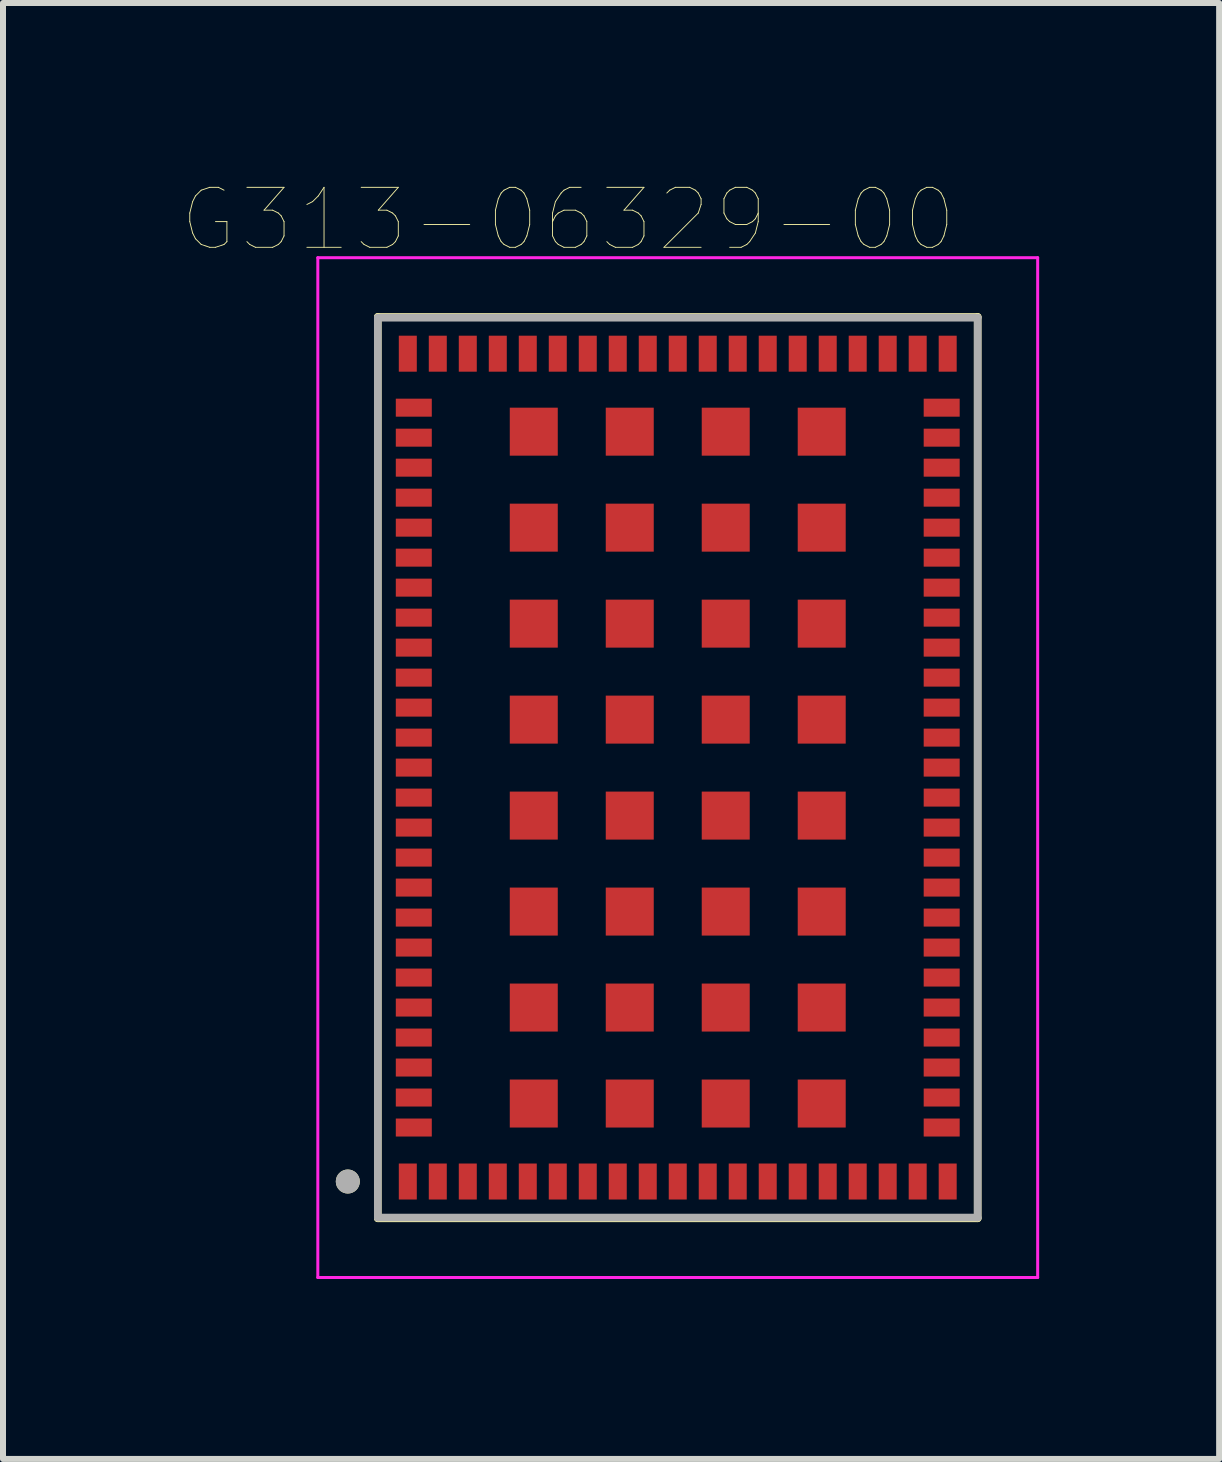
<source format=kicad_pcb>
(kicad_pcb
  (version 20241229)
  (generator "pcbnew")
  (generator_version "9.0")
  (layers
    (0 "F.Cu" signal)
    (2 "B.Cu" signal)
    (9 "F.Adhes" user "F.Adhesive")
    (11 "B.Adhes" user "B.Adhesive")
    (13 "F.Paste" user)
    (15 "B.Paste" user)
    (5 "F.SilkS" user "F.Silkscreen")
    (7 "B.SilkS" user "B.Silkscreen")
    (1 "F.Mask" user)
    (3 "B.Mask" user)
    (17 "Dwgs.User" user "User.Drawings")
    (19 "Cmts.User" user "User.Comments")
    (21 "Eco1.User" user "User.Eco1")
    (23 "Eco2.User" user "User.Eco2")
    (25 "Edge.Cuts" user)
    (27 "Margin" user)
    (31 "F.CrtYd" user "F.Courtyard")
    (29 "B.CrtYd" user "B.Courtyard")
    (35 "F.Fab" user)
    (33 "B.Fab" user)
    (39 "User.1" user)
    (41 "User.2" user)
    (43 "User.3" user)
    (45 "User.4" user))
  (footprint "G313-06329-00"
    (layer "F.Cu")
    (at 8.248 9.746)
    (property "Reference" "G313-06329-00" (at -1.825 -9.135 0) (layer "F.SilkS") (effects (font (size 1 1) (thickness 0.015))))
    (attr through_hole)
    (fp_line (start -5 -7.513) (end 5 -7.513) (stroke (width 0.127) (type solid)) (layer "F.SilkS"))
    (fp_line (start -5 7.513) (end -5 -7.513) (stroke (width 0.127) (type solid)) (layer "F.SilkS"))
    (fp_line (start 5 -7.513) (end 5 7.513) (stroke (width 0.127) (type solid)) (layer "F.SilkS"))
    (fp_line (start 5 7.513) (end -5 7.513) (stroke (width 0.127) (type solid)) (layer "F.SilkS"))
    (fp_circle (center -5.5 6.9) (end -5.4 6.9) (stroke (width 0.2) (type solid)) (fill no) (layer "F.SilkS"))
    (fp_line (start -6 -8.5) (end 6 -8.5) (stroke (width 0.05) (type solid)) (layer "F.CrtYd"))
    (fp_line (start -6 8.5) (end -6 -8.5) (stroke (width 0.05) (type solid)) (layer "F.CrtYd"))
    (fp_line (start 6 -8.5) (end 6 8.5) (stroke (width 0.05) (type solid)) (layer "F.CrtYd"))
    (fp_line (start 6 8.5) (end -6 8.5) (stroke (width 0.05) (type solid)) (layer "F.CrtYd"))
    (fp_line (start -5 -7.5) (end 5 -7.5) (stroke (width 0.127) (type solid)) (layer "F.Fab"))
    (fp_line (start -5 7.5) (end -5 -7.5) (stroke (width 0.127) (type solid)) (layer "F.Fab"))
    (fp_line (start 5 -7.5) (end 5 7.5) (stroke (width 0.127) (type solid)) (layer "F.Fab"))
    (fp_line (start 5 7.5) (end -5 7.5) (stroke (width 0.127) (type solid)) (layer "F.Fab"))
    (fp_circle (center -5.5 6.9) (end -5.4 6.9) (stroke (width 0.2) (type solid)) (fill no) (layer "F.Fab"))
    (pad "1" smd rect (at -4.5 6.9) (size 0.3 0.6) (layers "F.Cu" "F.Mask" "F.Paste"))
    (pad "2" smd rect (at -4 6.9) (size 0.3 0.6) (layers "F.Cu" "F.Mask" "F.Paste"))
    (pad "3" smd rect (at -3.5 6.9) (size 0.3 0.6) (layers "F.Cu" "F.Mask" "F.Paste"))
    (pad "4" smd rect (at -3 6.9) (size 0.3 0.6) (layers "F.Cu" "F.Mask" "F.Paste"))
    (pad "5" smd rect (at -2.5 6.9) (size 0.3 0.6) (layers "F.Cu" "F.Mask" "F.Paste"))
    (pad "6" smd rect (at -2 6.9) (size 0.3 0.6) (layers "F.Cu" "F.Mask" "F.Paste"))
    (pad "7" smd rect (at -1.5 6.9) (size 0.3 0.6) (layers "F.Cu" "F.Mask" "F.Paste"))
    (pad "8" smd rect (at -1 6.9) (size 0.3 0.6) (layers "F.Cu" "F.Mask" "F.Paste"))
    (pad "9" smd rect (at -0.5 6.9) (size 0.3 0.6) (layers "F.Cu" "F.Mask" "F.Paste"))
    (pad "10" smd rect (at 0 6.9) (size 0.3 0.6) (layers "F.Cu" "F.Mask" "F.Paste"))
    (pad "11" smd rect (at 0.5 6.9) (size 0.3 0.6) (layers "F.Cu" "F.Mask" "F.Paste"))
    (pad "12" smd rect (at 1 6.9) (size 0.3 0.6) (layers "F.Cu" "F.Mask" "F.Paste"))
    (pad "13" smd rect (at 1.5 6.9) (size 0.3 0.6) (layers "F.Cu" "F.Mask" "F.Paste"))
    (pad "14" smd rect (at 2 6.9) (size 0.3 0.6) (layers "F.Cu" "F.Mask" "F.Paste"))
    (pad "15" smd rect (at 2.5 6.9) (size 0.3 0.6) (layers "F.Cu" "F.Mask" "F.Paste"))
    (pad "16" smd rect (at 3 6.9) (size 0.3 0.6) (layers "F.Cu" "F.Mask" "F.Paste"))
    (pad "17" smd rect (at 3.5 6.9) (size 0.3 0.6) (layers "F.Cu" "F.Mask" "F.Paste"))
    (pad "18" smd rect (at 4 6.9) (size 0.3 0.6) (layers "F.Cu" "F.Mask" "F.Paste"))
    (pad "19" smd rect (at 4.5 6.9) (size 0.3 0.6) (layers "F.Cu" "F.Mask" "F.Paste"))
    (pad "20" smd rect (at 4.4 6) (size 0.6 0.3) (layers "F.Cu" "F.Mask" "F.Paste"))
    (pad "21" smd rect (at 4.4 5.5) (size 0.6 0.3) (layers "F.Cu" "F.Mask" "F.Paste"))
    (pad "22" smd rect (at 4.4 5) (size 0.6 0.3) (layers "F.Cu" "F.Mask" "F.Paste"))
    (pad "23" smd rect (at 4.4 4.5) (size 0.6 0.3) (layers "F.Cu" "F.Mask" "F.Paste"))
    (pad "24" smd rect (at 4.4 4) (size 0.6 0.3) (layers "F.Cu" "F.Mask" "F.Paste"))
    (pad "25" smd rect (at 4.4 3.5) (size 0.6 0.3) (layers "F.Cu" "F.Mask" "F.Paste"))
    (pad "26" smd rect (at 4.4 3) (size 0.6 0.3) (layers "F.Cu" "F.Mask" "F.Paste"))
    (pad "27" smd rect (at 4.4 2.5) (size 0.6 0.3) (layers "F.Cu" "F.Mask" "F.Paste"))
    (pad "28" smd rect (at 4.4 2) (size 0.6 0.3) (layers "F.Cu" "F.Mask" "F.Paste"))
    (pad "29" smd rect (at 4.4 1.5) (size 0.6 0.3) (layers "F.Cu" "F.Mask" "F.Paste"))
    (pad "30" smd rect (at 4.4 1) (size 0.6 0.3) (layers "F.Cu" "F.Mask" "F.Paste"))
    (pad "31" smd rect (at 4.4 0.5) (size 0.6 0.3) (layers "F.Cu" "F.Mask" "F.Paste"))
    (pad "32" smd rect (at 4.4 0) (size 0.6 0.3) (layers "F.Cu" "F.Mask" "F.Paste"))
    (pad "33" smd rect (at 4.4 -0.5) (size 0.6 0.3) (layers "F.Cu" "F.Mask" "F.Paste"))
    (pad "34" smd rect (at 4.4 -1) (size 0.6 0.3) (layers "F.Cu" "F.Mask" "F.Paste"))
    (pad "35" smd rect (at 4.4 -1.5) (size 0.6 0.3) (layers "F.Cu" "F.Mask" "F.Paste"))
    (pad "36" smd rect (at 4.4 -2) (size 0.6 0.3) (layers "F.Cu" "F.Mask" "F.Paste"))
    (pad "37" smd rect (at 4.4 -2.5) (size 0.6 0.3) (layers "F.Cu" "F.Mask" "F.Paste"))
    (pad "38" smd rect (at 4.4 -3) (size 0.6 0.3) (layers "F.Cu" "F.Mask" "F.Paste"))
    (pad "39" smd rect (at 4.4 -3.5) (size 0.6 0.3) (layers "F.Cu" "F.Mask" "F.Paste"))
    (pad "40" smd rect (at 4.4 -4) (size 0.6 0.3) (layers "F.Cu" "F.Mask" "F.Paste"))
    (pad "41" smd rect (at 4.4 -4.5) (size 0.6 0.3) (layers "F.Cu" "F.Mask" "F.Paste"))
    (pad "42" smd rect (at 4.4 -5) (size 0.6 0.3) (layers "F.Cu" "F.Mask" "F.Paste"))
    (pad "43" smd rect (at 4.4 -5.5) (size 0.6 0.3) (layers "F.Cu" "F.Mask" "F.Paste"))
    (pad "44" smd rect (at 4.4 -6) (size 0.6 0.3) (layers "F.Cu" "F.Mask" "F.Paste"))
    (pad "45" smd rect (at 4.5 -6.9) (size 0.3 0.6) (layers "F.Cu" "F.Mask" "F.Paste"))
    (pad "46" smd rect (at 4 -6.9) (size 0.3 0.6) (layers "F.Cu" "F.Mask" "F.Paste"))
    (pad "47" smd rect (at 3.5 -6.9) (size 0.3 0.6) (layers "F.Cu" "F.Mask" "F.Paste"))
    (pad "48" smd rect (at 3 -6.9) (size 0.3 0.6) (layers "F.Cu" "F.Mask" "F.Paste"))
    (pad "49" smd rect (at 2.5 -6.9) (size 0.3 0.6) (layers "F.Cu" "F.Mask" "F.Paste"))
    (pad "50" smd rect (at 2 -6.9) (size 0.3 0.6) (layers "F.Cu" "F.Mask" "F.Paste"))
    (pad "51" smd rect (at 1.5 -6.9) (size 0.3 0.6) (layers "F.Cu" "F.Mask" "F.Paste"))
    (pad "52" smd rect (at 1 -6.9) (size 0.3 0.6) (layers "F.Cu" "F.Mask" "F.Paste"))
    (pad "53" smd rect (at 0.5 -6.9) (size 0.3 0.6) (layers "F.Cu" "F.Mask" "F.Paste"))
    (pad "54" smd rect (at 0 -6.9) (size 0.3 0.6) (layers "F.Cu" "F.Mask" "F.Paste"))
    (pad "55" smd rect (at -0.5 -6.9) (size 0.3 0.6) (layers "F.Cu" "F.Mask" "F.Paste"))
    (pad "56" smd rect (at -1 -6.9) (size 0.3 0.6) (layers "F.Cu" "F.Mask" "F.Paste"))
    (pad "57" smd rect (at -1.5 -6.9) (size 0.3 0.6) (layers "F.Cu" "F.Mask" "F.Paste"))
    (pad "58" smd rect (at -2 -6.9) (size 0.3 0.6) (layers "F.Cu" "F.Mask" "F.Paste"))
    (pad "59" smd rect (at -2.5 -6.9) (size 0.3 0.6) (layers "F.Cu" "F.Mask" "F.Paste"))
    (pad "60" smd rect (at -3 -6.9) (size 0.3 0.6) (layers "F.Cu" "F.Mask" "F.Paste"))
    (pad "61" smd rect (at -3.5 -6.9) (size 0.3 0.6) (layers "F.Cu" "F.Mask" "F.Paste"))
    (pad "62" smd rect (at -4 -6.9) (size 0.3 0.6) (layers "F.Cu" "F.Mask" "F.Paste"))
    (pad "63" smd rect (at -4.5 -6.9) (size 0.3 0.6) (layers "F.Cu" "F.Mask" "F.Paste"))
    (pad "64" smd rect (at -4.4 -6) (size 0.6 0.3) (layers "F.Cu" "F.Mask" "F.Paste"))
    (pad "65" smd rect (at -4.4 -5.5) (size 0.6 0.3) (layers "F.Cu" "F.Mask" "F.Paste"))
    (pad "66" smd rect (at -4.4 -5) (size 0.6 0.3) (layers "F.Cu" "F.Mask" "F.Paste"))
    (pad "67" smd rect (at -4.4 -4.5) (size 0.6 0.3) (layers "F.Cu" "F.Mask" "F.Paste"))
    (pad "68" smd rect (at -4.4 -4) (size 0.6 0.3) (layers "F.Cu" "F.Mask" "F.Paste"))
    (pad "69" smd rect (at -4.4 -3.5) (size 0.6 0.3) (layers "F.Cu" "F.Mask" "F.Paste"))
    (pad "70" smd rect (at -4.4 -3) (size 0.6 0.3) (layers "F.Cu" "F.Mask" "F.Paste"))
    (pad "71" smd rect (at -4.4 -2.5) (size 0.6 0.3) (layers "F.Cu" "F.Mask" "F.Paste"))
    (pad "72" smd rect (at -4.4 -2) (size 0.6 0.3) (layers "F.Cu" "F.Mask" "F.Paste"))
    (pad "73" smd rect (at -4.4 -1.5) (size 0.6 0.3) (layers "F.Cu" "F.Mask" "F.Paste"))
    (pad "74" smd rect (at -4.4 -1) (size 0.6 0.3) (layers "F.Cu" "F.Mask" "F.Paste"))
    (pad "75" smd rect (at -4.4 -0.5) (size 0.6 0.3) (layers "F.Cu" "F.Mask" "F.Paste"))
    (pad "76" smd rect (at -4.4 0) (size 0.6 0.3) (layers "F.Cu" "F.Mask" "F.Paste"))
    (pad "77" smd rect (at -4.4 0.5) (size 0.6 0.3) (layers "F.Cu" "F.Mask" "F.Paste"))
    (pad "78" smd rect (at -4.4 1) (size 0.6 0.3) (layers "F.Cu" "F.Mask" "F.Paste"))
    (pad "79" smd rect (at -4.4 1.5) (size 0.6 0.3) (layers "F.Cu" "F.Mask" "F.Paste"))
    (pad "80" smd rect (at -4.4 2) (size 0.6 0.3) (layers "F.Cu" "F.Mask" "F.Paste"))
    (pad "81" smd rect (at -4.4 2.5) (size 0.6 0.3) (layers "F.Cu" "F.Mask" "F.Paste"))
    (pad "82" smd rect (at -4.4 3) (size 0.6 0.3) (layers "F.Cu" "F.Mask" "F.Paste"))
    (pad "83" smd rect (at -4.4 3.5) (size 0.6 0.3) (layers "F.Cu" "F.Mask" "F.Paste"))
    (pad "84" smd rect (at -4.4 4) (size 0.6 0.3) (layers "F.Cu" "F.Mask" "F.Paste"))
    (pad "85" smd rect (at -4.4 4.5) (size 0.6 0.3) (layers "F.Cu" "F.Mask" "F.Paste"))
    (pad "86" smd rect (at -4.4 5) (size 0.6 0.3) (layers "F.Cu" "F.Mask" "F.Paste"))
    (pad "87" smd rect (at -4.4 5.5) (size 0.6 0.3) (layers "F.Cu" "F.Mask" "F.Paste"))
    (pad "88" smd rect (at -4.4 6) (size 0.6 0.3) (layers "F.Cu" "F.Mask" "F.Paste"))
    (pad "89" smd rect (at -2.4 -5.6) (size 0.8 0.8) (layers "F.Cu" "F.Mask" "F.Paste"))
    (pad "90" smd rect (at -2.4 -4) (size 0.8 0.8) (layers "F.Cu" "F.Mask" "F.Paste"))
    (pad "91" smd rect (at -2.4 -2.4) (size 0.8 0.8) (layers "F.Cu" "F.Mask" "F.Paste"))
    (pad "92" smd rect (at -2.4 -0.8) (size 0.8 0.8) (layers "F.Cu" "F.Mask" "F.Paste"))
    (pad "93" smd rect (at -2.4 0.8) (size 0.8 0.8) (layers "F.Cu" "F.Mask" "F.Paste"))
    (pad "94" smd rect (at -2.4 2.4) (size 0.8 0.8) (layers "F.Cu" "F.Mask" "F.Paste"))
    (pad "95" smd rect (at -2.4 4) (size 0.8 0.8) (layers "F.Cu" "F.Mask" "F.Paste"))
    (pad "96" smd rect (at -2.4 5.6) (size 0.8 0.8) (layers "F.Cu" "F.Mask" "F.Paste"))
    (pad "97" smd rect (at -0.8 -5.6) (size 0.8 0.8) (layers "F.Cu" "F.Mask" "F.Paste"))
    (pad "98" smd rect (at -0.8 -4) (size 0.8 0.8) (layers "F.Cu" "F.Mask" "F.Paste"))
    (pad "99" smd rect (at -0.8 -2.4) (size 0.8 0.8) (layers "F.Cu" "F.Mask" "F.Paste"))
    (pad "100" smd rect (at -0.8 -0.8) (size 0.8 0.8) (layers "F.Cu" "F.Mask" "F.Paste"))
    (pad "101" smd rect (at -0.8 0.8) (size 0.8 0.8) (layers "F.Cu" "F.Mask" "F.Paste"))
    (pad "102" smd rect (at -0.8 2.4) (size 0.8 0.8) (layers "F.Cu" "F.Mask" "F.Paste"))
    (pad "103" smd rect (at -0.8 4) (size 0.8 0.8) (layers "F.Cu" "F.Mask" "F.Paste"))
    (pad "104" smd rect (at -0.8 5.6) (size 0.8 0.8) (layers "F.Cu" "F.Mask" "F.Paste"))
    (pad "105" smd rect (at 0.8 -5.6) (size 0.8 0.8) (layers "F.Cu" "F.Mask" "F.Paste"))
    (pad "106" smd rect (at 0.8 -4) (size 0.8 0.8) (layers "F.Cu" "F.Mask" "F.Paste"))
    (pad "107" smd rect (at 0.8 -2.4) (size 0.8 0.8) (layers "F.Cu" "F.Mask" "F.Paste"))
    (pad "108" smd rect (at 0.8 -0.8) (size 0.8 0.8) (layers "F.Cu" "F.Mask" "F.Paste"))
    (pad "109" smd rect (at 0.8 0.8) (size 0.8 0.8) (layers "F.Cu" "F.Mask" "F.Paste"))
    (pad "110" smd rect (at 0.8 2.4) (size 0.8 0.8) (layers "F.Cu" "F.Mask" "F.Paste"))
    (pad "111" smd rect (at 0.8 4) (size 0.8 0.8) (layers "F.Cu" "F.Mask" "F.Paste"))
    (pad "112" smd rect (at 0.8 5.6) (size 0.8 0.8) (layers "F.Cu" "F.Mask" "F.Paste"))
    (pad "113" smd rect (at 2.4 -5.6) (size 0.8 0.8) (layers "F.Cu" "F.Mask" "F.Paste"))
    (pad "114" smd rect (at 2.4 -4) (size 0.8 0.8) (layers "F.Cu" "F.Mask" "F.Paste"))
    (pad "115" smd rect (at 2.4 -2.4) (size 0.8 0.8) (layers "F.Cu" "F.Mask" "F.Paste"))
    (pad "116" smd rect (at 2.4 -0.8) (size 0.8 0.8) (layers "F.Cu" "F.Mask" "F.Paste"))
    (pad "117" smd rect (at 2.4 0.8) (size 0.8 0.8) (layers "F.Cu" "F.Mask" "F.Paste"))
    (pad "118" smd rect (at 2.4 2.4) (size 0.8 0.8) (layers "F.Cu" "F.Mask" "F.Paste"))
    (pad "119" smd rect (at 2.4 4) (size 0.8 0.8) (layers "F.Cu" "F.Mask" "F.Paste"))
    (pad "120" smd rect (at 2.4 5.6) (size 0.8 0.8) (layers "F.Cu" "F.Mask" "F.Paste")))
  (gr_rect
    (start -3 -3)
    (end 17.273 21.271)
    (stroke (width 0.1) (type default))
    (fill no)
    (layer "Edge.Cuts")))
</source>
